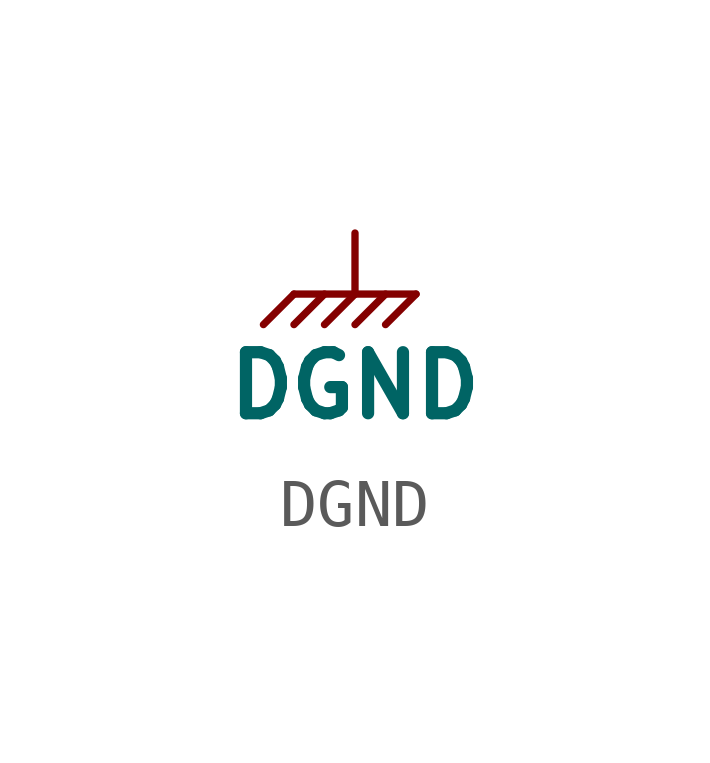
<source format=kicad_sym>
(kicad_symbol_lib
  (version 20231120)
  (generator "kicad_symbol_editor")
  (generator_version "8.0")
  (symbol "DGND"
    (power)
    (pin_names
      (offset 0))
    (property "Reference" "#PWR"
      (at 0 -3.81 0)
      (effects (font (size 1.27 1.27)) (hide yes)))
    (property "Value" "DGND"
      (at 0 -3.175 0)
      (effects (font (size 1.27 1.27) (bold yes))))
    (symbol "DGND_0_1"
      (polyline (pts (xy -1.27 -1.27) (xy -1.905 -1.905)) (stroke (width 0) (type default)) (fill (type none)))
      (polyline (pts (xy -1.27 -1.27) (xy 1.27 -1.27)) (stroke (width 0) (type solid)) (fill (type none)))
      (polyline (pts (xy -0.635 -1.27) (xy -1.27 -1.905)) (stroke (width 0) (type default)) (fill (type none)))
      (polyline (pts (xy 0 -1.27) (xy -0.635 -1.905)) (stroke (width 0) (type default)) (fill (type none)))
      (polyline (pts (xy 0 0) (xy 0 -1.27)) (stroke (width 0) (type solid)) (fill (type none)))
      (polyline (pts (xy 0.635 -1.27) (xy 0 -1.905)) (stroke (width 0) (type default)) (fill (type none)))
      (polyline (pts (xy 1.27 -1.27) (xy 0.635 -1.905)) (stroke (width 0) (type default)) (fill (type none))))
    (symbol "DGND_1_1"
      (pin power_in line (at 0 0 90) (length 0) hide (name "DGND" (effects (font (size 1.27 1.27)))) (number "1" (effects (font (size 1.27 1.27))))))))
</source>
